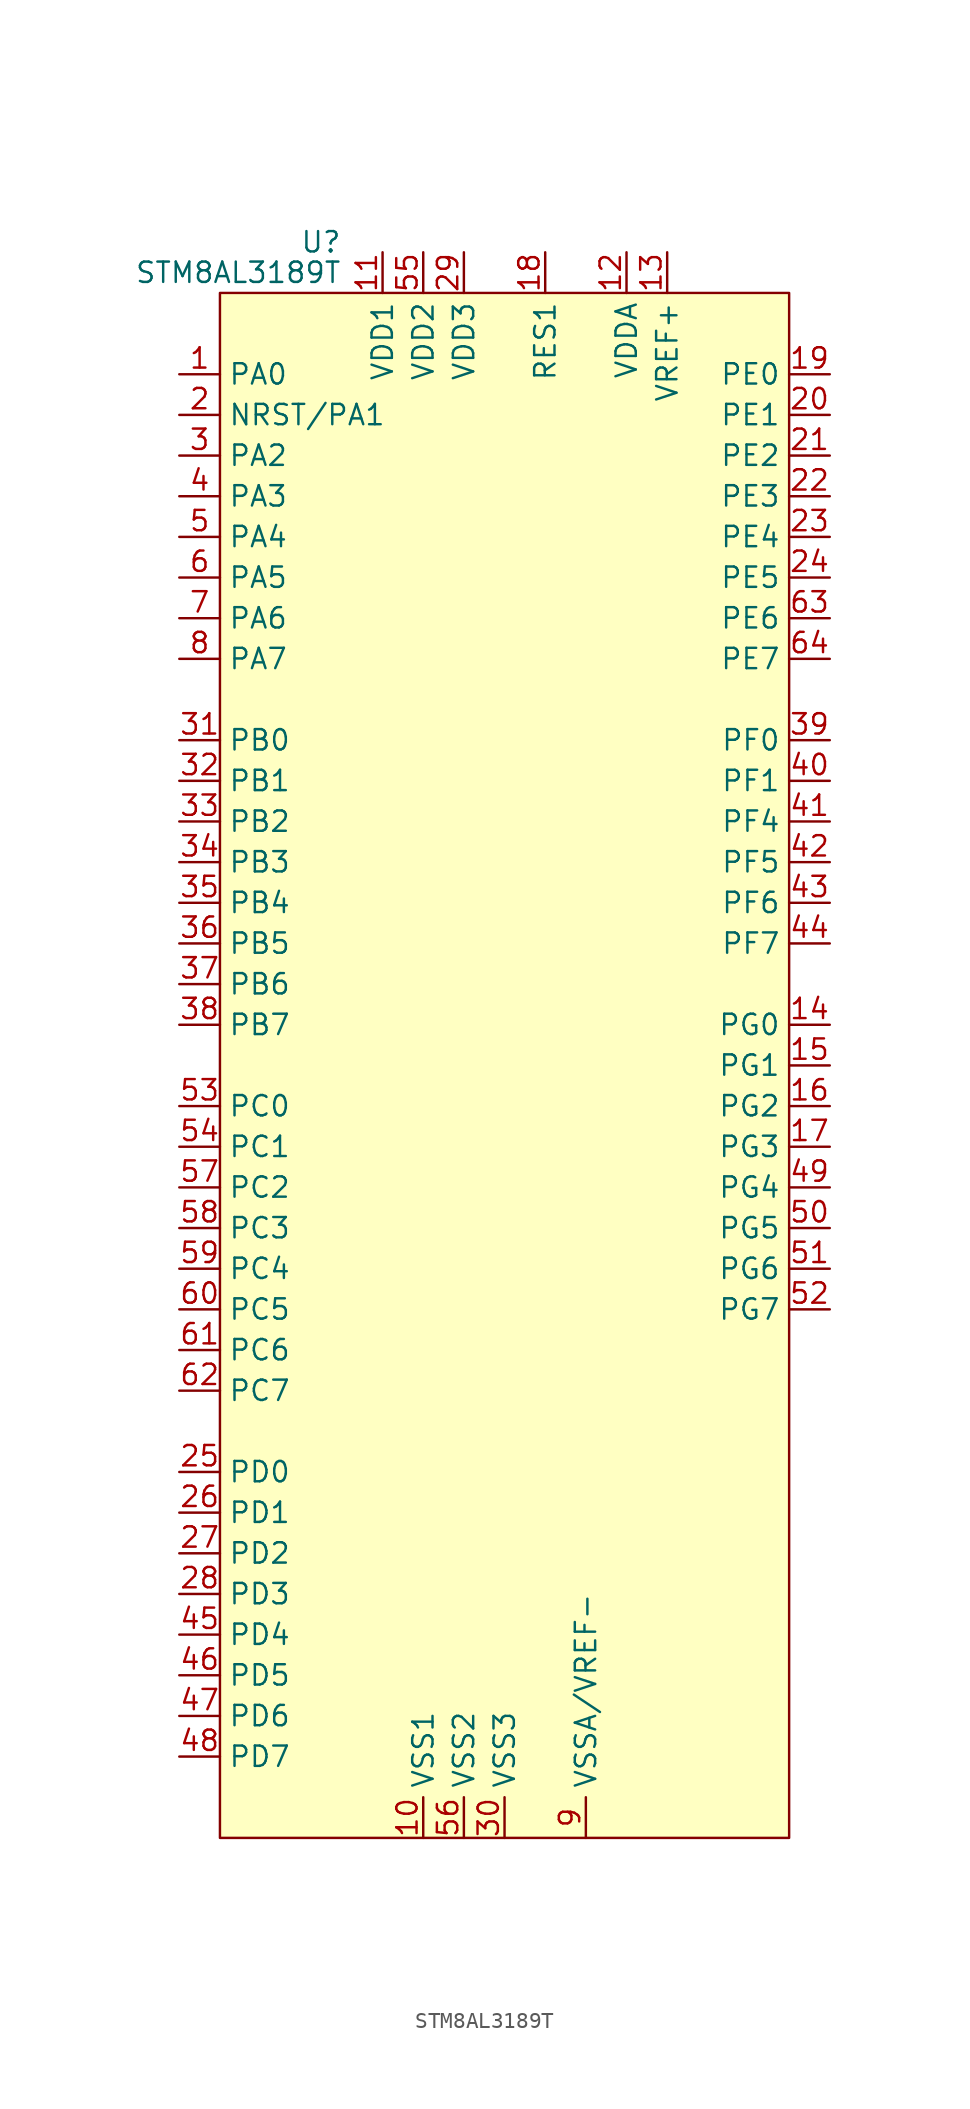
<source format=kicad_sym>
(kicad_symbol_lib
  (version 20241209)
  (generator "kicad_symbol_editor")
  (generator_version "9.0")
  (symbol "STM8AL3189T"
    (property "Reference" "U"
      (at -10.16 51.435 0)
      (effects (font (size 1.27 1.27)) (justify right)))
    (property "Value" "STM8AL3189T"
      (at -10.16 49.53 0)
      (effects (font (size 1.27 1.27)) (justify right)))
    (symbol "STM8AL3189T_0_0"
      (pin bidirectional line (at -20.32 43.18 0) (length 2.54) (name "PA0" (effects (font (size 1.27 1.27)))) (number "1" (effects (font (size 1.27 1.27)))))
      (pin bidirectional line (at -20.32 40.64 0) (length 2.54) (name "NRST/PA1" (effects (font (size 1.27 1.27)))) (number "2" (effects (font (size 1.27 1.27)))))
      (pin bidirectional line (at -20.32 38.1 0) (length 2.54) (name "PA2" (effects (font (size 1.27 1.27)))) (number "3" (effects (font (size 1.27 1.27)))))
      (pin bidirectional line (at -20.32 35.56 0) (length 2.54) (name "PA3" (effects (font (size 1.27 1.27)))) (number "4" (effects (font (size 1.27 1.27)))))
      (pin bidirectional line (at -20.32 33.02 0) (length 2.54) (name "PA4" (effects (font (size 1.27 1.27)))) (number "5" (effects (font (size 1.27 1.27)))))
      (pin bidirectional line (at -20.32 30.48 0) (length 2.54) (name "PA5" (effects (font (size 1.27 1.27)))) (number "6" (effects (font (size 1.27 1.27)))))
      (pin bidirectional line (at -20.32 27.94 0) (length 2.54) (name "PA6" (effects (font (size 1.27 1.27)))) (number "7" (effects (font (size 1.27 1.27)))))
      (pin bidirectional line (at -20.32 25.4 0) (length 2.54) (name "PA7" (effects (font (size 1.27 1.27)))) (number "8" (effects (font (size 1.27 1.27)))))
      (pin bidirectional line (at -20.32 20.32 0) (length 2.54) (name "PB0" (effects (font (size 1.27 1.27)))) (number "31" (effects (font (size 1.27 1.27)))))
      (pin bidirectional line (at -20.32 17.78 0) (length 2.54) (name "PB1" (effects (font (size 1.27 1.27)))) (number "32" (effects (font (size 1.27 1.27)))))
      (pin bidirectional line (at -20.32 15.24 0) (length 2.54) (name "PB2" (effects (font (size 1.27 1.27)))) (number "33" (effects (font (size 1.27 1.27)))))
      (pin bidirectional line (at -20.32 12.7 0) (length 2.54) (name "PB3" (effects (font (size 1.27 1.27)))) (number "34" (effects (font (size 1.27 1.27)))))
      (pin bidirectional line (at -20.32 10.16 0) (length 2.54) (name "PB4" (effects (font (size 1.27 1.27)))) (number "35" (effects (font (size 1.27 1.27)))))
      (pin bidirectional line (at -20.32 7.62 0) (length 2.54) (name "PB5" (effects (font (size 1.27 1.27)))) (number "36" (effects (font (size 1.27 1.27)))))
      (pin bidirectional line (at -20.32 5.08 0) (length 2.54) (name "PB6" (effects (font (size 1.27 1.27)))) (number "37" (effects (font (size 1.27 1.27)))))
      (pin bidirectional line (at -20.32 2.54 0) (length 2.54) (name "PB7" (effects (font (size 1.27 1.27)))) (number "38" (effects (font (size 1.27 1.27)))))
      (pin bidirectional line (at -20.32 -2.54 0) (length 2.54) (name "PC0" (effects (font (size 1.27 1.27)))) (number "53" (effects (font (size 1.27 1.27)))))
      (pin bidirectional line (at -20.32 -5.08 0) (length 2.54) (name "PC1" (effects (font (size 1.27 1.27)))) (number "54" (effects (font (size 1.27 1.27)))))
      (pin bidirectional line (at -20.32 -7.62 0) (length 2.54) (name "PC2" (effects (font (size 1.27 1.27)))) (number "57" (effects (font (size 1.27 1.27)))))
      (pin bidirectional line (at -20.32 -10.16 0) (length 2.54) (name "PC3" (effects (font (size 1.27 1.27)))) (number "58" (effects (font (size 1.27 1.27)))))
      (pin bidirectional line (at -20.32 -12.7 0) (length 2.54) (name "PC4" (effects (font (size 1.27 1.27)))) (number "59" (effects (font (size 1.27 1.27)))))
      (pin bidirectional line (at -20.32 -15.24 0) (length 2.54) (name "PC5" (effects (font (size 1.27 1.27)))) (number "60" (effects (font (size 1.27 1.27)))))
      (pin bidirectional line (at -20.32 -17.78 0) (length 2.54) (name "PC6" (effects (font (size 1.27 1.27)))) (number "61" (effects (font (size 1.27 1.27)))))
      (pin bidirectional line (at -20.32 -20.32 0) (length 2.54) (name "PC7" (effects (font (size 1.27 1.27)))) (number "62" (effects (font (size 1.27 1.27)))))
      (pin bidirectional line (at -20.32 -25.4 0) (length 2.54) (name "PD0" (effects (font (size 1.27 1.27)))) (number "25" (effects (font (size 1.27 1.27)))))
      (pin bidirectional line (at -20.32 -27.94 0) (length 2.54) (name "PD1" (effects (font (size 1.27 1.27)))) (number "26" (effects (font (size 1.27 1.27)))))
      (pin bidirectional line (at -20.32 -30.48 0) (length 2.54) (name "PD2" (effects (font (size 1.27 1.27)))) (number "27" (effects (font (size 1.27 1.27)))))
      (pin bidirectional line (at -20.32 -33.02 0) (length 2.54) (name "PD3" (effects (font (size 1.27 1.27)))) (number "28" (effects (font (size 1.27 1.27)))))
      (pin bidirectional line (at -20.32 -35.56 0) (length 2.54) (name "PD4" (effects (font (size 1.27 1.27)))) (number "45" (effects (font (size 1.27 1.27)))))
      (pin bidirectional line (at -20.32 -38.1 0) (length 2.54) (name "PD5" (effects (font (size 1.27 1.27)))) (number "46" (effects (font (size 1.27 1.27)))))
      (pin bidirectional line (at -20.32 -40.64 0) (length 2.54) (name "PD6" (effects (font (size 1.27 1.27)))) (number "47" (effects (font (size 1.27 1.27)))))
      (pin bidirectional line (at -20.32 -43.18 0) (length 2.54) (name "PD7" (effects (font (size 1.27 1.27)))) (number "48" (effects (font (size 1.27 1.27)))))
      (pin power_in line (at -7.62 50.8 270) (length 2.54) (name "VDD1" (effects (font (size 1.27 1.27)))) (number "11" (effects (font (size 1.27 1.27)))))
      (pin power_in line (at -5.08 50.8 270) (length 2.54) (name "VDD2" (effects (font (size 1.27 1.27)))) (number "55" (effects (font (size 1.27 1.27)))))
      (pin power_in line (at -5.08 -48.26 90) (length 2.54) (name "VSS1" (effects (font (size 1.27 1.27)))) (number "10" (effects (font (size 1.27 1.27)))))
      (pin power_in line (at -2.54 50.8 270) (length 2.54) (name "VDD3" (effects (font (size 1.27 1.27)))) (number "29" (effects (font (size 1.27 1.27)))))
      (pin power_in line (at -2.54 -48.26 90) (length 2.54) (name "VSS2" (effects (font (size 1.27 1.27)))) (number "56" (effects (font (size 1.27 1.27)))))
      (pin power_in line (at 0 -48.26 90) (length 2.54) (name "VSS3" (effects (font (size 1.27 1.27)))) (number "30" (effects (font (size 1.27 1.27)))))
      (pin power_in line (at 2.54 50.8 270) (length 2.54) (name "RES1" (effects (font (size 1.27 1.27)))) (number "18" (effects (font (size 1.27 1.27)))))
      (pin power_in line (at 5.08 -48.26 90) (length 2.54) (name "VSSA/VREF-" (effects (font (size 1.27 1.27)))) (number "9" (effects (font (size 1.27 1.27)))))
      (pin power_in line (at 7.62 50.8 270) (length 2.54) (name "VDDA" (effects (font (size 1.27 1.27)))) (number "12" (effects (font (size 1.27 1.27)))))
      (pin power_in line (at 10.16 50.8 270) (length 2.54) (name "VREF+" (effects (font (size 1.27 1.27)))) (number "13" (effects (font (size 1.27 1.27)))))
      (pin bidirectional line (at 20.32 43.18 180) (length 2.54) (name "PE0" (effects (font (size 1.27 1.27)))) (number "19" (effects (font (size 1.27 1.27)))))
      (pin bidirectional line (at 20.32 40.64 180) (length 2.54) (name "PE1" (effects (font (size 1.27 1.27)))) (number "20" (effects (font (size 1.27 1.27)))))
      (pin bidirectional line (at 20.32 38.1 180) (length 2.54) (name "PE2" (effects (font (size 1.27 1.27)))) (number "21" (effects (font (size 1.27 1.27)))))
      (pin bidirectional line (at 20.32 35.56 180) (length 2.54) (name "PE3" (effects (font (size 1.27 1.27)))) (number "22" (effects (font (size 1.27 1.27)))))
      (pin bidirectional line (at 20.32 33.02 180) (length 2.54) (name "PE4" (effects (font (size 1.27 1.27)))) (number "23" (effects (font (size 1.27 1.27)))))
      (pin bidirectional line (at 20.32 30.48 180) (length 2.54) (name "PE5" (effects (font (size 1.27 1.27)))) (number "24" (effects (font (size 1.27 1.27)))))
      (pin bidirectional line (at 20.32 27.94 180) (length 2.54) (name "PE6" (effects (font (size 1.27 1.27)))) (number "63" (effects (font (size 1.27 1.27)))))
      (pin bidirectional line (at 20.32 25.4 180) (length 2.54) (name "PE7" (effects (font (size 1.27 1.27)))) (number "64" (effects (font (size 1.27 1.27)))))
      (pin bidirectional line (at 20.32 20.32 180) (length 2.54) (name "PF0" (effects (font (size 1.27 1.27)))) (number "39" (effects (font (size 1.27 1.27)))))
      (pin bidirectional line (at 20.32 17.78 180) (length 2.54) (name "PF1" (effects (font (size 1.27 1.27)))) (number "40" (effects (font (size 1.27 1.27)))))
      (pin bidirectional line (at 20.32 15.24 180) (length 2.54) (name "PF4" (effects (font (size 1.27 1.27)))) (number "41" (effects (font (size 1.27 1.27)))))
      (pin bidirectional line (at 20.32 12.7 180) (length 2.54) (name "PF5" (effects (font (size 1.27 1.27)))) (number "42" (effects (font (size 1.27 1.27)))))
      (pin bidirectional line (at 20.32 10.16 180) (length 2.54) (name "PF6" (effects (font (size 1.27 1.27)))) (number "43" (effects (font (size 1.27 1.27)))))
      (pin bidirectional line (at 20.32 7.62 180) (length 2.54) (name "PF7" (effects (font (size 1.27 1.27)))) (number "44" (effects (font (size 1.27 1.27)))))
      (pin bidirectional line (at 20.32 2.54 180) (length 2.54) (name "PG0" (effects (font (size 1.27 1.27)))) (number "14" (effects (font (size 1.27 1.27)))))
      (pin bidirectional line (at 20.32 0 180) (length 2.54) (name "PG1" (effects (font (size 1.27 1.27)))) (number "15" (effects (font (size 1.27 1.27)))))
      (pin bidirectional line (at 20.32 -2.54 180) (length 2.54) (name "PG2" (effects (font (size 1.27 1.27)))) (number "16" (effects (font (size 1.27 1.27)))))
      (pin bidirectional line (at 20.32 -5.08 180) (length 2.54) (name "PG3" (effects (font (size 1.27 1.27)))) (number "17" (effects (font (size 1.27 1.27)))))
      (pin bidirectional line (at 20.32 -7.62 180) (length 2.54) (name "PG4" (effects (font (size 1.27 1.27)))) (number "49" (effects (font (size 1.27 1.27)))))
      (pin bidirectional line (at 20.32 -10.16 180) (length 2.54) (name "PG5" (effects (font (size 1.27 1.27)))) (number "50" (effects (font (size 1.27 1.27)))))
      (pin bidirectional line (at 20.32 -12.7 180) (length 2.54) (name "PG6" (effects (font (size 1.27 1.27)))) (number "51" (effects (font (size 1.27 1.27)))))
      (pin bidirectional line (at 20.32 -15.24 180) (length 2.54) (name "PG7" (effects (font (size 1.27 1.27)))) (number "52" (effects (font (size 1.27 1.27))))))
    (symbol "STM8AL3189T_0_1"
      (rectangle (start -17.78 48.26) (end 17.78 -48.26) (stroke (width 0) (type default)) (fill (type background))))))
</source>
